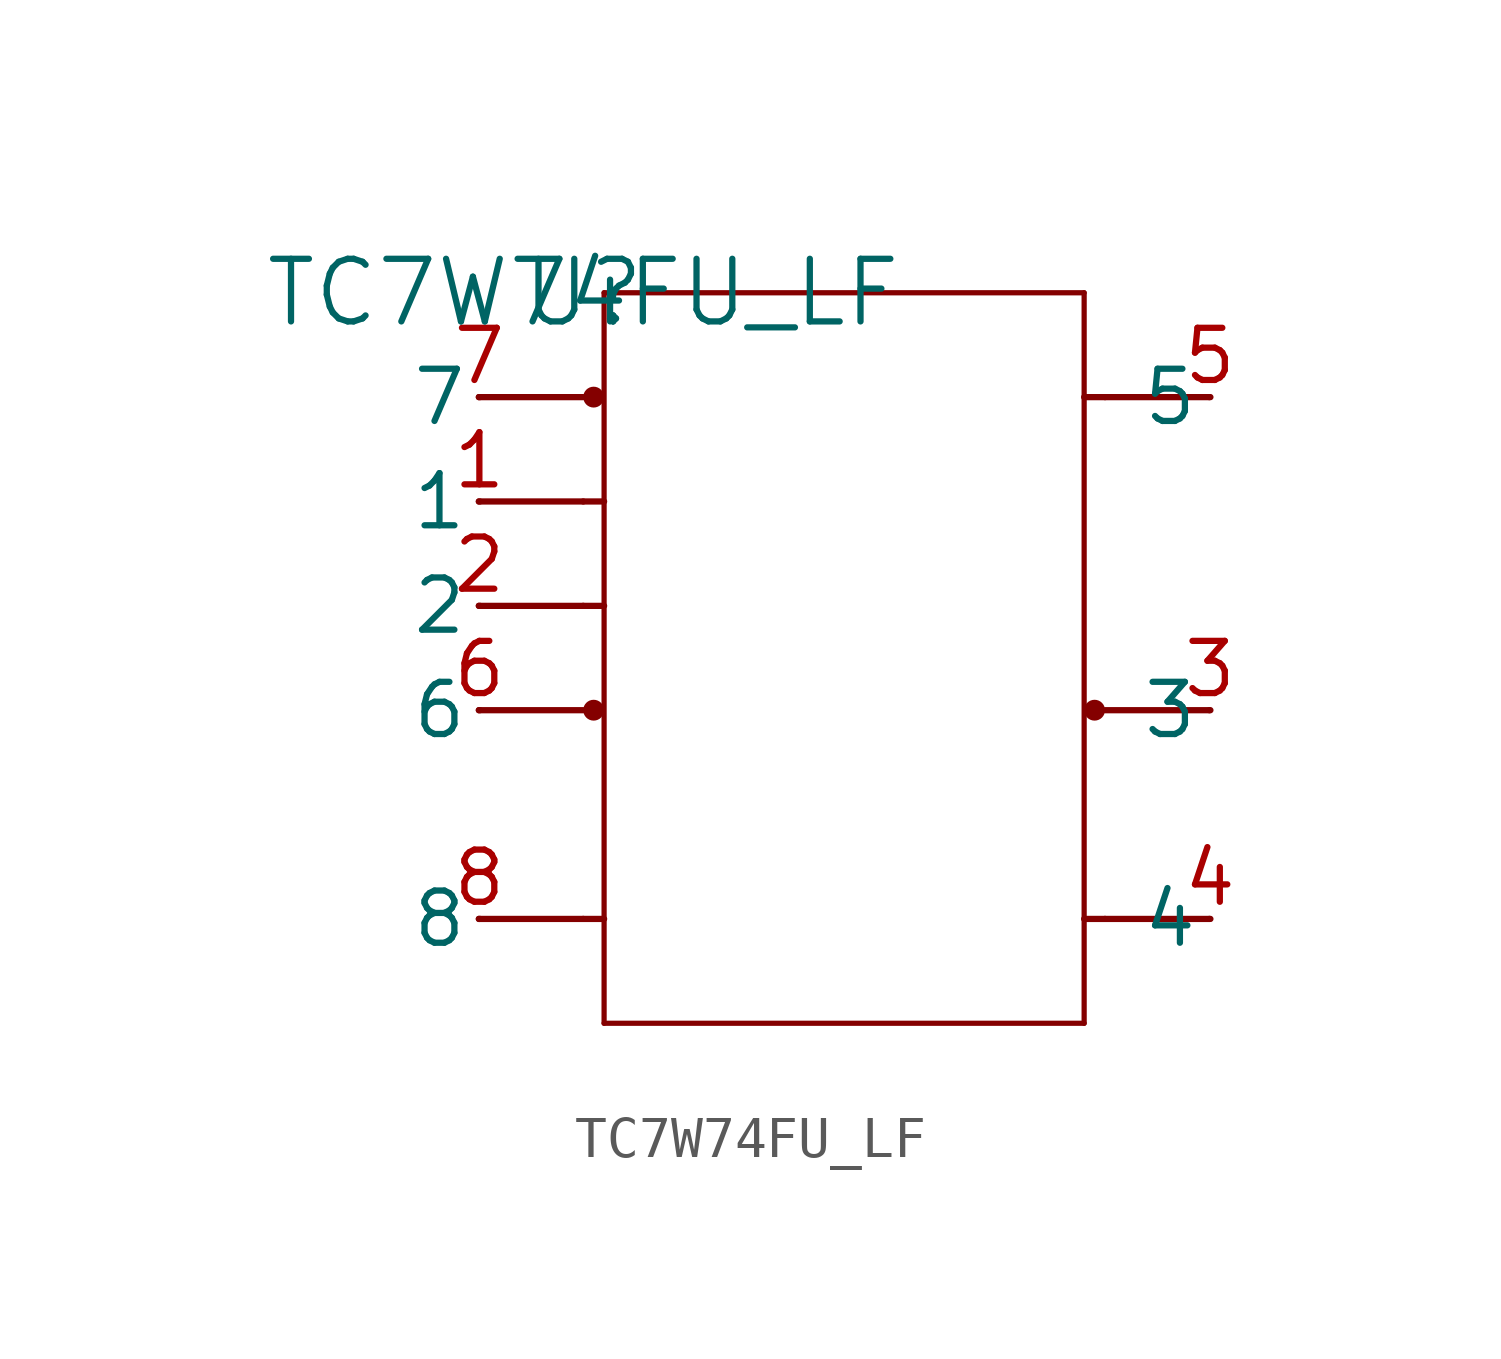
<source format=kicad_sym>
(kicad_symbol_lib
  (version 20211014)
  (generator kicad_symbol_editor)
  (symbol "TC7W74FU_LF"
    (pin_names
      (offset 0.254))
    (property "Reference" "U"
      (at 0 0 0)
      (effects (font (size 1.524 1.524))))
    (property "Value" "TC7W74FU_LF"
      (at 0 0 0)
      (effects (font (size 1.524 1.524))))
    (symbol "TC7W74FU_LF_0_1"
      (polyline (pts (xy 12.192 -2.54) (xy 12.7 -2.54)) (stroke (width 0) (type default) (color 0 0 0 0)) (fill (type none)))
      (polyline (pts (xy -2.54 -5.08) (xy 0 -5.08)) (stroke (width 0) (type default) (color 0 0 0 0)) (fill (type none)))
      (polyline (pts (xy -2.54 -2.54) (xy 0 -2.54)) (stroke (width 0) (type default) (color 0 0 0 0)) (fill (type none)))
      (polyline (pts (xy -2.54 -15.24) (xy 0 -15.24)) (stroke (width 0) (type default) (color 0 0 0 0)) (fill (type none)))
      (polyline (pts (xy 15.24 -10.16) (xy 12.7 -10.16)) (stroke (width 0) (type default) (color 0 0 0 0)) (fill (type none)))
      (polyline (pts (xy 15.24 -2.54) (xy 12.7 -2.54)) (stroke (width 0) (type default) (color 0 0 0 0)) (fill (type none)))
      (polyline (pts (xy 15.24 -15.24) (xy 12.7 -15.24)) (stroke (width 0) (type default) (color 0 0 0 0)) (fill (type none)))
      (polyline (pts (xy -2.54 -7.62) (xy 0 -7.62)) (stroke (width 0) (type default) (color 0 0 0 0)) (fill (type none)))
      (polyline (pts (xy -2.54 -10.16) (xy 0 -10.16)) (stroke (width 0) (type default) (color 0 0 0 0)) (fill (type none)))
      (polyline (pts (xy 0.508 -17.78) (xy 0.508 0)) (stroke (width 0.127) (type default) (color 0 0 0 0)) (fill (type none)))
      (polyline (pts (xy 0.508 0) (xy 12.192 0)) (stroke (width 0.127) (type default) (color 0 0 0 0)) (fill (type none)))
      (polyline (pts (xy 12.192 0) (xy 12.192 -17.78)) (stroke (width 0.127) (type default) (color 0 0 0 0)) (fill (type none)))
      (polyline (pts (xy 12.192 -17.78) (xy 0.508 -17.78)) (stroke (width 0.127) (type default) (color 0 0 0 0)) (fill (type none)))
      (circle (center 12.446 -10.16) (radius 0.127) (stroke (width 0.254) (type default) (color 0 0 0 0)) (fill (type none)))
      (circle (center 0.254 -2.54) (radius 0.127) (stroke (width 0.254) (type default) (color 0 0 0 0)) (fill (type none)))
      (circle (center 0.254 -10.16) (radius 0.127) (stroke (width 0.254) (type default) (color 0 0 0 0)) (fill (type none)))
      (polyline (pts (xy 0 -15.24) (xy 0.508 -15.24)) (stroke (width 0) (type default) (color 0 0 0 0)) (fill (type none)))
      (polyline (pts (xy 0 -7.62) (xy 0.508 -7.62)) (stroke (width 0) (type default) (color 0 0 0 0)) (fill (type none)))
      (polyline (pts (xy 0 -5.08) (xy 0.508 -5.08)) (stroke (width 0) (type default) (color 0 0 0 0)) (fill (type none)))
      (polyline (pts (xy 12.192 -15.24) (xy 12.7 -15.24)) (stroke (width 0) (type default) (color 0 0 0 0)) (fill (type none)))
      (pin unspecified line (at -2.515 -5.08 180) (length 0.025) (name "1" (effects (font (size 1.27 1.27)))) (number "1" (effects (font (size 1.27 1.27)))))
      (pin unspecified line (at -2.515 -7.62 180) (length 0.025) (name "2" (effects (font (size 1.27 1.27)))) (number "2" (effects (font (size 1.27 1.27)))))
      (pin unspecified line (at 15.265 -10.16 180) (length 0.025) (name "3" (effects (font (size 1.27 1.27)))) (number "3" (effects (font (size 1.27 1.27)))))
      (pin unspecified line (at 15.265 -15.24 180) (length 0.025) (name "4" (effects (font (size 1.27 1.27)))) (number "4" (effects (font (size 1.27 1.27)))))
      (pin unspecified line (at 15.265 -2.54 180) (length 0.025) (name "5" (effects (font (size 1.27 1.27)))) (number "5" (effects (font (size 1.27 1.27)))))
      (pin unspecified line (at -2.515 -10.16 180) (length 0.025) (name "6" (effects (font (size 1.27 1.27)))) (number "6" (effects (font (size 1.27 1.27)))))
      (pin unspecified line (at -2.515 -2.54 180) (length 0.025) (name "7" (effects (font (size 1.27 1.27)))) (number "7" (effects (font (size 1.27 1.27)))))
      (pin unspecified line (at -2.515 -15.24 180) (length 0.025) (name "8" (effects (font (size 1.27 1.27)))) (number "8" (effects (font (size 1.27 1.27))))))))
</source>
